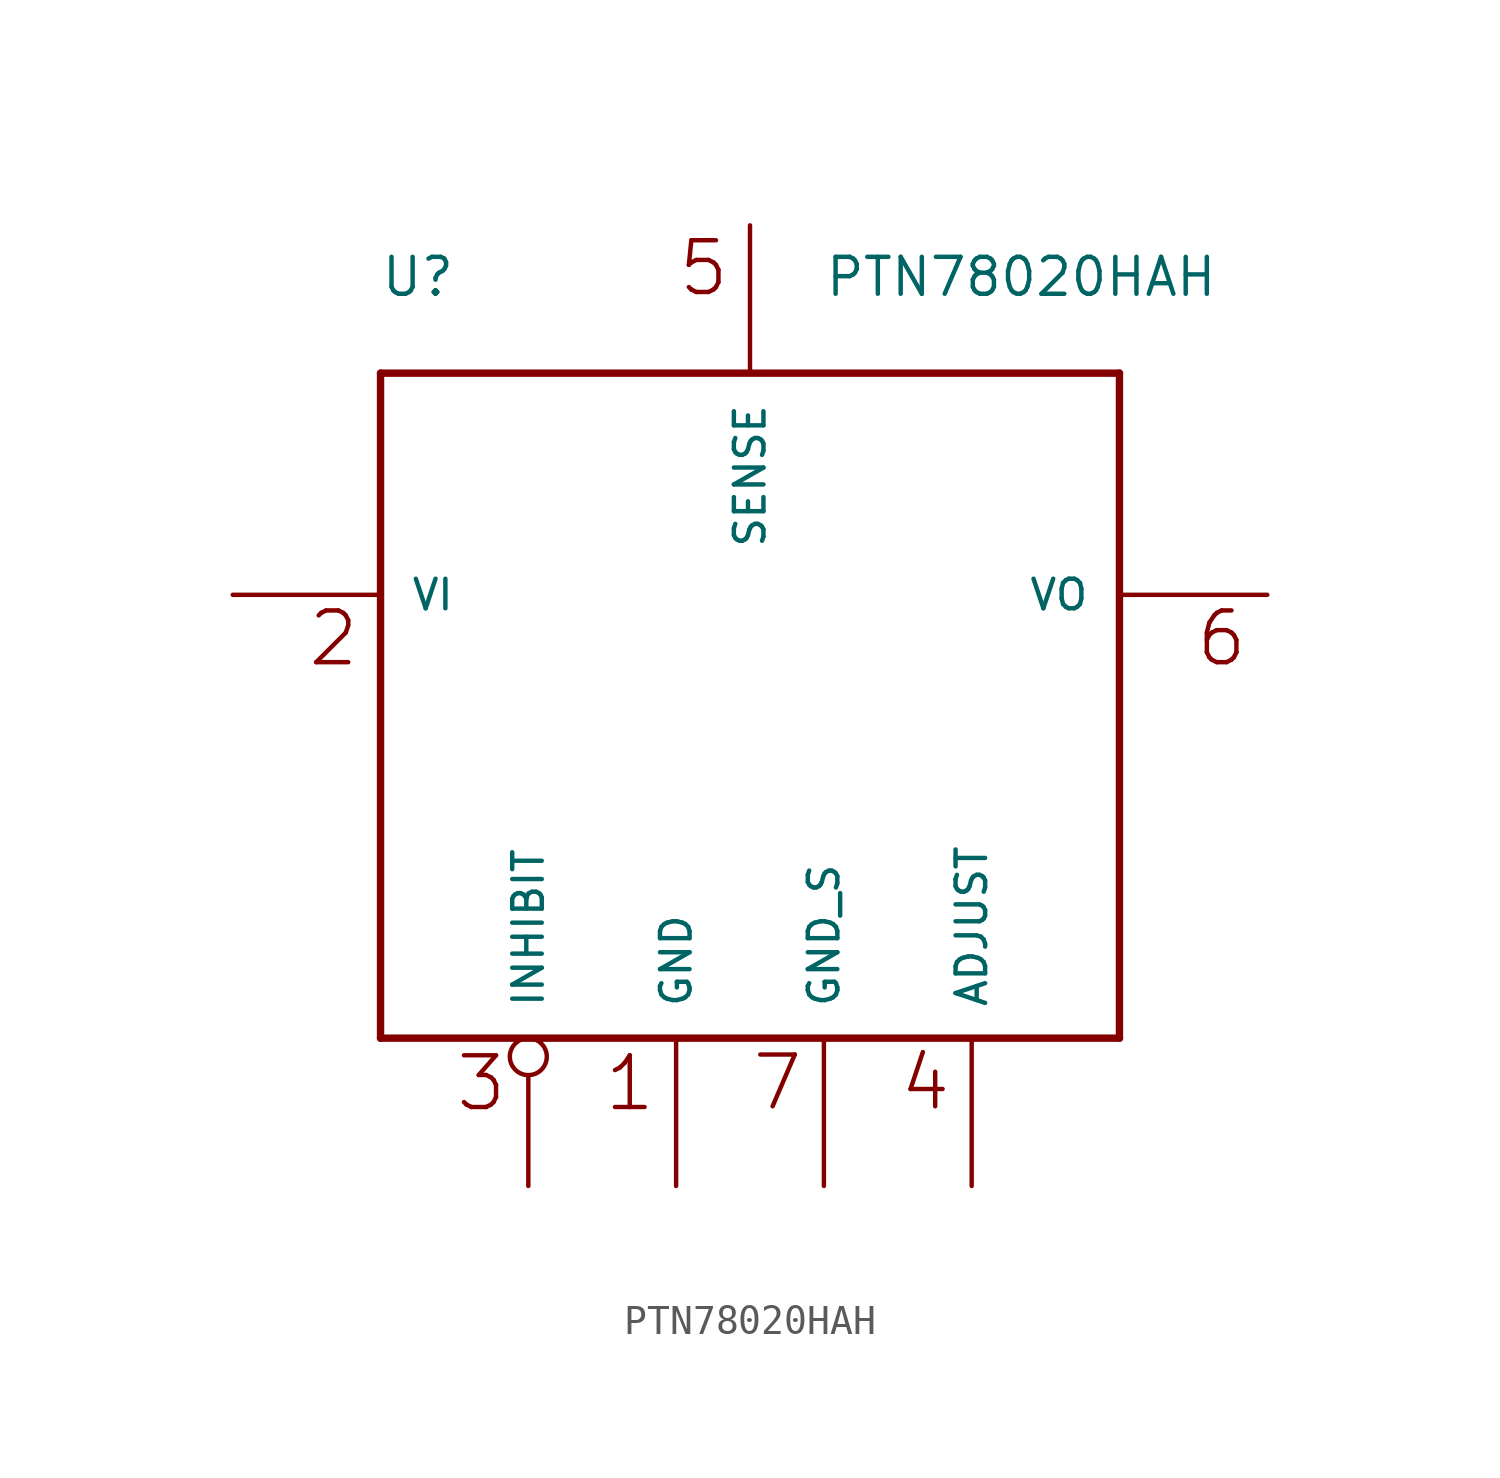
<source format=kicad_sym>
(kicad_symbol_lib
  (version 20211014)
  (generator kicad_symbol_editor)
  (symbol "PTN78020HAH"
    (pin_numbers hide)
    (pin_names
      (offset 1.016))
    (property "Reference" "U"
      (at -12.725 10.185 0)
      (effects (font (size 1.27 1.27)) (justify left bottom)))
    (property "Value" "PTN78020HAH"
      (at 2.54 10.185 0)
      (effects (font (size 1.27 1.27)) (justify left bottom)))
    (symbol "PTN78020HAH_0_0"
      (polyline (pts (xy -12.7 -15.24) (xy -12.7 7.62)) (stroke (width 0.254) (type default) (color 0 0 0 0)) (fill (type none)))
      (polyline (pts (xy -12.7 7.62) (xy 12.7 7.62)) (stroke (width 0.254) (type default) (color 0 0 0 0)) (fill (type none)))
      (polyline (pts (xy 12.7 -15.24) (xy -12.7 -15.24)) (stroke (width 0.254) (type default) (color 0 0 0 0)) (fill (type none)))
      (polyline (pts (xy 12.7 7.62) (xy 12.7 -15.24)) (stroke (width 0.254) (type default) (color 0 0 0 0)) (fill (type none)))
      (text "1" (at -5.08 -17.831 0) (effects (font (size 1.778 1.778)) (justify left bottom)))
      (text "2" (at -15.265 -2.54 0) (effects (font (size 1.778 1.778)) (justify left bottom)))
      (text "3" (at -10.185 -17.831 0) (effects (font (size 1.778 1.778)) (justify left bottom)))
      (text "4" (at 5.08 -17.805 0) (effects (font (size 1.778 1.778)) (justify left bottom)))
      (text "5" (at -2.54 10.185 0) (effects (font (size 1.778 1.778)) (justify left bottom)))
      (text "6" (at 15.265 -2.54 0) (effects (font (size 1.778 1.778)) (justify left bottom)))
      (text "7" (at 0 -17.805 0) (effects (font (size 1.778 1.778)) (justify left bottom)))
      (pin power_in line (at -2.54 -20.32 90) (length 5.08) (name "GND" (effects (font (size 1.016 1.016)))) (number "1" (effects (font (size 1.016 1.016)))))
      (pin power_in line (at -17.78 0 0) (length 5.08) (name "VI" (effects (font (size 1.016 1.016)))) (number "2" (effects (font (size 1.016 1.016)))))
      (pin passive inverted (at -7.62 -20.32 90) (length 5.08) (name "INHIBIT" (effects (font (size 1.016 1.016)))) (number "3" (effects (font (size 1.016 1.016)))))
      (pin passive line (at 7.62 -20.32 90) (length 5.08) (name "ADJUST" (effects (font (size 1.016 1.016)))) (number "4" (effects (font (size 1.016 1.016)))))
      (pin passive line (at 0 12.7 270) (length 5.08) (name "SENSE" (effects (font (size 1.016 1.016)))) (number "5" (effects (font (size 1.016 1.016)))))
      (pin power_out line (at 17.78 0 180) (length 5.08) (name "VO" (effects (font (size 1.016 1.016)))) (number "6" (effects (font (size 1.016 1.016)))))
      (pin power_in line (at 2.54 -20.32 90) (length 5.08) (name "GND_S" (effects (font (size 1.016 1.016)))) (number "7" (effects (font (size 1.016 1.016))))))))
</source>
